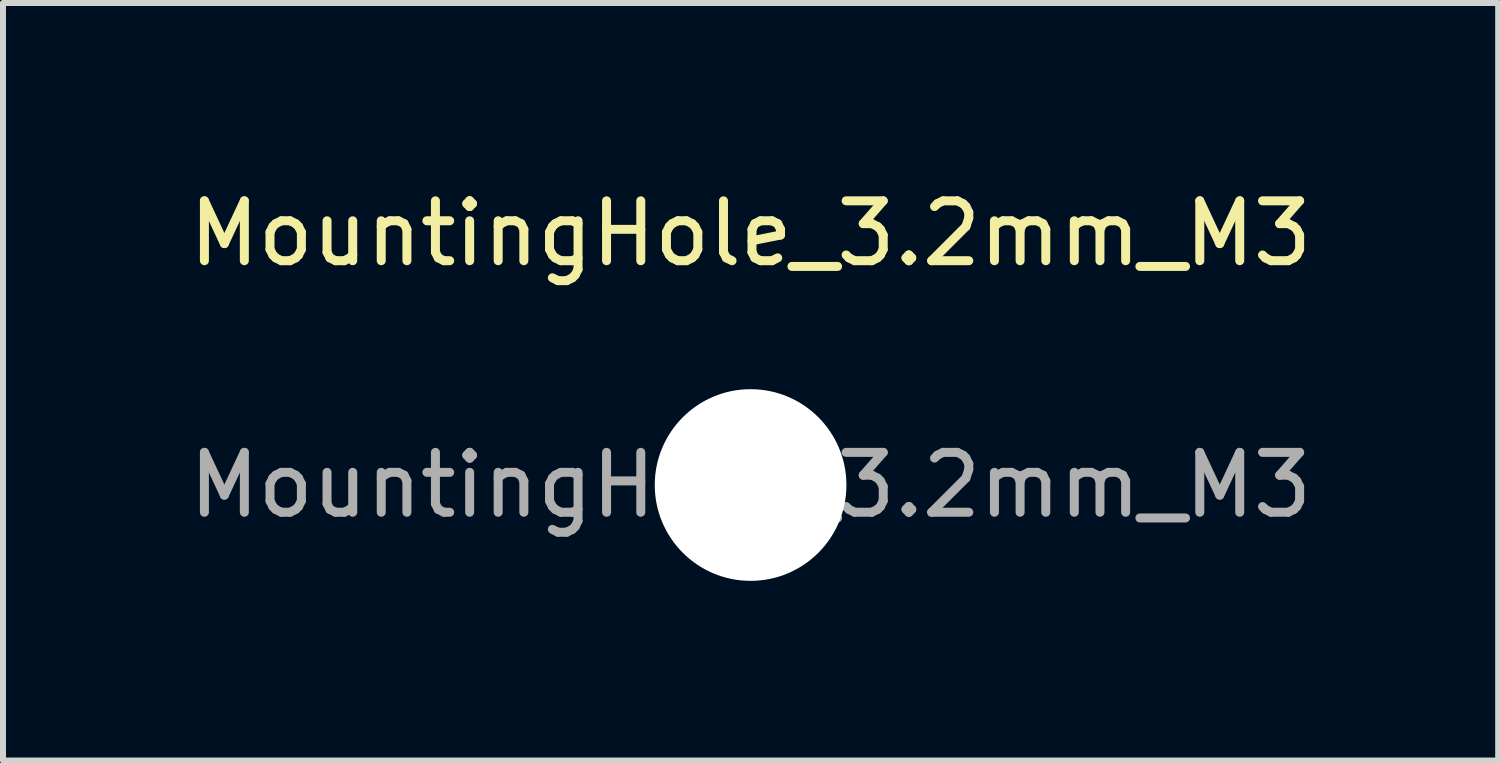
<source format=kicad_pcb>
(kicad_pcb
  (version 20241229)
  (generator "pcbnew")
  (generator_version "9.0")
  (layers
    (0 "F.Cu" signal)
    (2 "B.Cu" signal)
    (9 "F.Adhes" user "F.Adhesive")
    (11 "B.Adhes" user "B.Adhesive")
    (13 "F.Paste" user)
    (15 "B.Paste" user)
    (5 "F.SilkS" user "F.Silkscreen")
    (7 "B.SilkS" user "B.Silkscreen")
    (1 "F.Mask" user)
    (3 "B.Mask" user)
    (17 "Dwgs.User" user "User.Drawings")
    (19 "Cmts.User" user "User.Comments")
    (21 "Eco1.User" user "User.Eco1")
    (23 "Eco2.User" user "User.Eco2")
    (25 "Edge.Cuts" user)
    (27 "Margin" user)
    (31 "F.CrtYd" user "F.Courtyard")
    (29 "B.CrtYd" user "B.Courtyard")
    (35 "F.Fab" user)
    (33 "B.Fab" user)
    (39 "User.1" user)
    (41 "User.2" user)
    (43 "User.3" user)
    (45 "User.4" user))
  (footprint "MountingHole_3.2mm_M3"
    (layer "F.Cu")
    (at 9.482 5.048)
    (property "Reference" "MountingHole_3.2mm_M3" (at 0 -4.2 0) (layer "F.SilkS") (effects (font (size 1 1) (thickness 0.15))))
    (attr exclude_from_pos_files exclude_from_bom)
    (fp_text user "${REFERENCE}" (at 0 0 0) (layer "F.Fab") (effects (font (size 1 1) (thickness 0.15))))
    (pad "" np_thru_hole circle (at 0 0) (size 3.2 3.2) (drill 3.2) (layers "*.Cu" "*.Mask")))
  (gr_rect
    (start -3 -3)
    (end 21.964 9.648)
    (stroke (width 0.1) (type default))
    (fill no)
    (layer "Edge.Cuts")))
</source>
